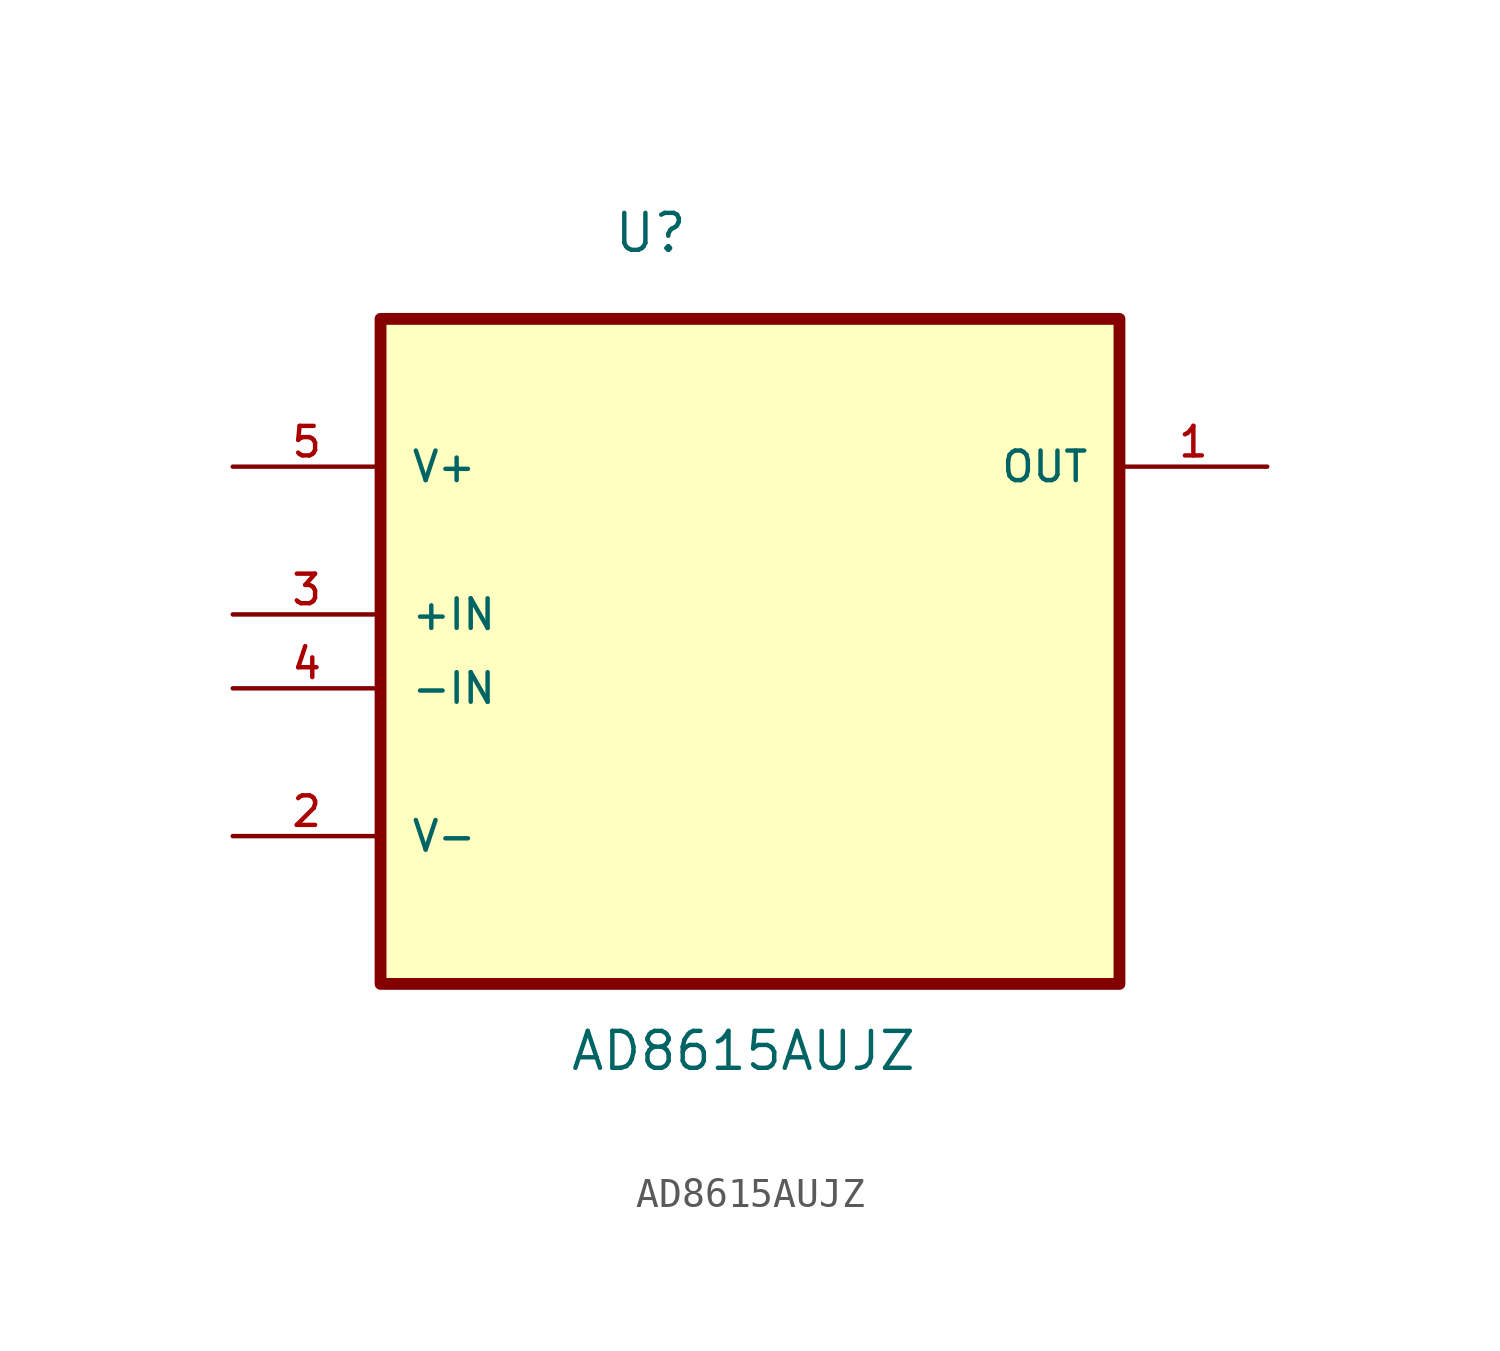
<source format=kicad_sym>
(kicad_symbol_lib
  (version 20211014)
  (generator kicad_symbol_editor)
  (symbol "AD8615AUJZ"
    (pin_names
      (offset 1.016))
    (property "Reference" "U"
      (at -4.724 9.83 0.0)
      (effects (font (size 1.27 1.27)) (justify bottom left)))
    (property "Value" "AD8615AUJZ"
      (at -6.223 -18.288 0.0)
      (effects (font (size 1.27 1.27)) (justify bottom left)))
    (symbol "AD8615AUJZ_0_0"
      (rectangle (start -12.7 -15.24) (end 12.7 7.62) (stroke (width 0.406)) (fill (type background)))
      (pin power_in line (at -17.78 2.54 0) (length 5.08) (name "V+" (effects (font (size 1.016 1.016)))) (number "5" (effects (font (size 1.016 1.016)))))
      (pin input line (at -17.78 -2.54 0) (length 5.08) (name "+IN" (effects (font (size 1.016 1.016)))) (number "3" (effects (font (size 1.016 1.016)))))
      (pin input line (at -17.78 -5.08 0) (length 5.08) (name "-IN" (effects (font (size 1.016 1.016)))) (number "4" (effects (font (size 1.016 1.016)))))
      (pin power_in line (at -17.78 -10.16 0) (length 5.08) (name "V-" (effects (font (size 1.016 1.016)))) (number "2" (effects (font (size 1.016 1.016)))))
      (pin output line (at 17.78 2.54 180.0) (length 5.08) (name "OUT" (effects (font (size 1.016 1.016)))) (number "1" (effects (font (size 1.016 1.016))))))))
</source>
